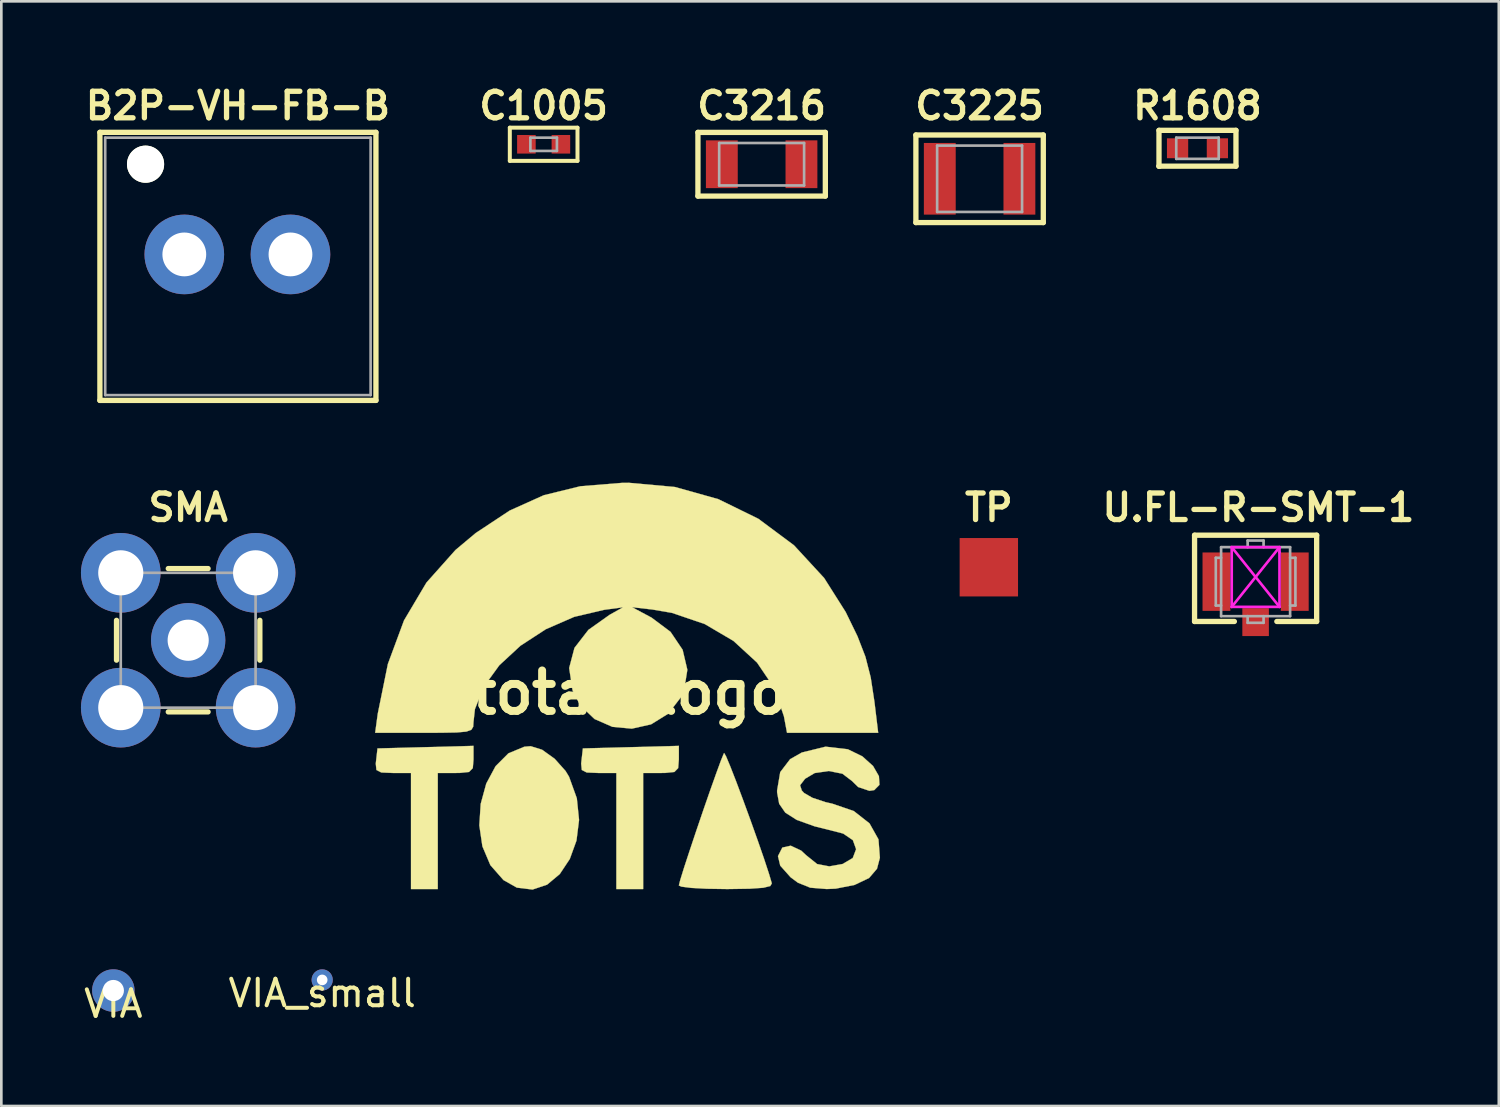
<source format=kicad_pcb>
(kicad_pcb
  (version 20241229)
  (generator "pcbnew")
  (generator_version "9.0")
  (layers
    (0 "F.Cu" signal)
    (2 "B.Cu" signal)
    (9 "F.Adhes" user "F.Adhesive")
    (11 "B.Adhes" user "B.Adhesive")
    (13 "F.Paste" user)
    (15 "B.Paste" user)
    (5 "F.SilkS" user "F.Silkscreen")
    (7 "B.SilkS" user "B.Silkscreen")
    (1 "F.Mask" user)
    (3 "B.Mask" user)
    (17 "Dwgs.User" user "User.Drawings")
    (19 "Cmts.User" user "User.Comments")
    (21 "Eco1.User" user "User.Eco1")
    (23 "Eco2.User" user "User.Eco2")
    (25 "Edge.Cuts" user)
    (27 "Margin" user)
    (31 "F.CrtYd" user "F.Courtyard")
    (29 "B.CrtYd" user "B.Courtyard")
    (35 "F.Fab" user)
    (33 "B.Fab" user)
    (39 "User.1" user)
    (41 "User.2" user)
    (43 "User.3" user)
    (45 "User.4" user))
  (footprint "C3216"
    (layer "F.Cu")
    (at 25.646 3.138)
    (property "Reference" "C3216" (at 0 -2.2 0) (layer "F.SilkS") (effects (font (size 1.001 1.001) (thickness 0.201))))
    (attr through_hole)
    (fp_line (start -2.4 -1.2) (end -2.4 1.2) (stroke (width 0.2) (type solid)) (layer "F.SilkS"))
    (fp_line (start -2.4 -1.2) (end 2.4 -1.2) (stroke (width 0.2) (type solid)) (layer "F.SilkS"))
    (fp_line (start 2.4 1.2) (end -2.4 1.2) (stroke (width 0.2) (type solid)) (layer "F.SilkS"))
    (fp_line (start 2.4 1.2) (end 2.4 -1.2) (stroke (width 0.2) (type solid)) (layer "F.SilkS"))
    (fp_line (start -1.6 -0.8) (end -1.6 0.8) (stroke (width 0.1) (type solid)) (layer "F.Fab"))
    (fp_line (start -1.6 0.8) (end 1.6 0.8) (stroke (width 0.1) (type solid)) (layer "F.Fab"))
    (fp_line (start 1.6 -0.8) (end -1.6 -0.8) (stroke (width 0.1) (type solid)) (layer "F.Fab"))
    (fp_line (start 1.6 0.8) (end 1.6 -0.8) (stroke (width 0.1) (type solid)) (layer "F.Fab"))
    (pad "1" smd rect (at -1.5 0) (size 1.2 1.8) (layers "F.Cu" "F.Mask" "F.Paste"))
    (pad "2" smd rect (at 1.5 0) (size 1.2 1.8) (layers "F.Cu" "F.Mask" "F.Paste")))
  (footprint "TP"
    (layer "F.Cu")
    (at 34.206 18.322)
    (property "Reference" "TP" (at 0 -2.25 0) (layer "F.SilkS") (effects (font (size 1 1) (thickness 0.2))))
    (attr through_hole)
    (pad "1" smd rect (at 0 0) (size 2.2 2.2) (layers "F.Cu" "F.Mask" "F.Paste")))
  (footprint "VIA_small"
    (layer "F.Cu")
    (at 9.089 33.87)
    (property "Reference" "VIA_small" (at 0 0.5 0) (layer "F.SilkS") (effects (font (size 1 1) (thickness 0.15))))
    (attr through_hole)
    (pad "1" thru_hole circle (at 0 0) (size 0.8 0.8) (drill 0.4) (layers "*.Cu")))
  (footprint "C1005"
    (layer "F.Cu")
    (at 17.433 2.386)
    (property "Reference" "C1005" (at 0 -1.45 0) (layer "F.SilkS") (effects (font (size 1 1) (thickness 0.2))))
    (attr through_hole)
    (fp_line (start -1.275 -0.625) (end 1.275 -0.625) (stroke (width 0.15) (type solid)) (layer "F.SilkS"))
    (fp_line (start -1.275 0.625) (end -1.275 -0.625) (stroke (width 0.15) (type solid)) (layer "F.SilkS"))
    (fp_line (start 1.275 -0.625) (end 1.275 0.625) (stroke (width 0.15) (type solid)) (layer "F.SilkS"))
    (fp_line (start 1.275 0.625) (end -1.275 0.625) (stroke (width 0.15) (type solid)) (layer "F.SilkS"))
    (fp_line (start -0.5 -0.25) (end -0.5 0.25) (stroke (width 0.1) (type solid)) (layer "F.Fab"))
    (fp_line (start -0.5 0.25) (end 0.5 0.25) (stroke (width 0.1) (type solid)) (layer "F.Fab"))
    (fp_line (start 0.5 -0.25) (end -0.5 -0.25) (stroke (width 0.1) (type solid)) (layer "F.Fab"))
    (fp_line (start 0.5 0.25) (end 0.5 -0.25) (stroke (width 0.1) (type solid)) (layer "F.Fab"))
    (pad "1" smd rect (at -0.65 0) (size 0.7 0.7) (layers "F.Cu" "F.Mask" "F.Paste"))
    (pad "2" smd rect (at 0.65 0) (size 0.7 0.7) (layers "F.Cu" "F.Mask" "F.Paste")))
  (footprint "VIA"
    (layer "F.Cu")
    (at 1.22 34.27)
    (property "Reference" "VIA" (at 0 0.5 0) (layer "F.SilkS") (effects (font (size 1 1) (thickness 0.15))))
    (attr through_hole)
    (pad "1" thru_hole circle (at 0 0) (size 1.6 1.6) (drill 0.8) (layers "*.Cu")))
  (footprint "U.FL-R-SMT-1"
    (layer "F.Cu")
    (at 44.257 18.865)
    (property "Reference" "U.FL-R-SMT-1" (at 0.106 -2.793 0) (layer "F.SilkS") (effects (font (size 1 1) (thickness 0.2))))
    (attr through_hole)
    (fp_line (start -2.3 -1.75) (end 2.3 -1.75) (stroke (width 0.2) (type solid)) (layer "F.SilkS"))
    (fp_line (start -2.3 1.5) (end -2.3 -1.75) (stroke (width 0.2) (type solid)) (layer "F.SilkS"))
    (fp_line (start -0.8 1.5) (end -2.3 1.5) (stroke (width 0.2) (type solid)) (layer "F.SilkS"))
    (fp_line (start 2.3 -1.75) (end 2.3 1.5) (stroke (width 0.2) (type solid)) (layer "F.SilkS"))
    (fp_line (start 2.3 1.5) (end 0.8 1.5) (stroke (width 0.2) (type solid)) (layer "F.SilkS"))
    (fp_line (start -0.9 -1.3) (end -0.9 0.95) (stroke (width 0.1) (type solid)) (layer "F.CrtYd"))
    (fp_line (start -0.9 0.95) (end 0.9 0.95) (stroke (width 0.1) (type solid)) (layer "F.CrtYd"))
    (fp_line (start 0.9 -1.3) (end -0.9 -1.3) (stroke (width 0.1) (type solid)) (layer "F.CrtYd"))
    (fp_line (start 0.9 -1.3) (end -0.9 0.95) (stroke (width 0.1) (type solid)) (layer "F.CrtYd"))
    (fp_line (start 0.9 -1.1) (end 0.9 -1.3) (stroke (width 0.1) (type solid)) (layer "F.CrtYd"))
    (fp_line (start 0.9 0.95) (end -0.9 -1.3) (stroke (width 0.1) (type solid)) (layer "F.CrtYd"))
    (fp_line (start 0.9 0.95) (end 0.9 -1.1) (stroke (width 0.1) (type solid)) (layer "F.CrtYd"))
    (fp_line (start -1.5 -0.9) (end -1.3 -0.9) (stroke (width 0.1) (type solid)) (layer "F.Fab"))
    (fp_line (start -1.5 0.9) (end -1.5 -0.9) (stroke (width 0.1) (type solid)) (layer "F.Fab"))
    (fp_line (start -1.3 -1.3) (end -1.3 1.3) (stroke (width 0.1) (type solid)) (layer "F.Fab"))
    (fp_line (start -1.3 0.9) (end -1.5 0.9) (stroke (width 0.1) (type solid)) (layer "F.Fab"))
    (fp_line (start -1.3 1.3) (end 1.3 1.3) (stroke (width 0.1) (type solid)) (layer "F.Fab"))
    (fp_line (start -0.3 -1.55) (end 0.3 -1.55) (stroke (width 0.1) (type solid)) (layer "F.Fab"))
    (fp_line (start -0.3 -1.3) (end -0.3 -1.55) (stroke (width 0.1) (type solid)) (layer "F.Fab"))
    (fp_line (start -0.3 1.55) (end -0.3 1.3) (stroke (width 0.1) (type solid)) (layer "F.Fab"))
    (fp_line (start 0.3 -1.55) (end 0.3 -1.3) (stroke (width 0.1) (type solid)) (layer "F.Fab"))
    (fp_line (start 0.3 1.3) (end 0.3 1.55) (stroke (width 0.1) (type solid)) (layer "F.Fab"))
    (fp_line (start 0.3 1.55) (end -0.3 1.55) (stroke (width 0.1) (type solid)) (layer "F.Fab"))
    (fp_line (start 1.3 -1.3) (end -1.3 -1.3) (stroke (width 0.1) (type solid)) (layer "F.Fab"))
    (fp_line (start 1.3 0.9) (end 1.5 0.9) (stroke (width 0.1) (type solid)) (layer "F.Fab"))
    (fp_line (start 1.3 1.3) (end 1.3 -1.3) (stroke (width 0.1) (type solid)) (layer "F.Fab"))
    (fp_line (start 1.5 -0.9) (end 1.3 -0.9) (stroke (width 0.1) (type solid)) (layer "F.Fab"))
    (fp_line (start 1.5 0.9) (end 1.5 -0.9) (stroke (width 0.1) (type solid)) (layer "F.Fab"))
    (pad "1" smd rect (at 0 1.525) (size 1 1.05) (layers "F.Cu" "F.Mask" "F.Paste"))
    (pad "2" smd rect (at -1.475 0) (size 1.05 2.2) (layers "F.Cu" "F.Mask" "F.Paste"))
    (pad "3" smd rect (at 1.475 0) (size 1.05 2.2) (layers "F.Cu" "F.Mask" "F.Paste")))
  (footprint "B2P-VH-FB-B"
    (layer "F.Cu")
    (at 5.914 6.536)
    (property "Reference" "B2P-VH-FB-B" (at 0 -5.6 0) (layer "F.SilkS") (effects (font (size 1 1) (thickness 0.2))))
    (attr through_hole)
    (fp_line (start -5.2 -4.6) (end 5.2 -4.6) (stroke (width 0.2) (type solid)) (layer "F.SilkS"))
    (fp_line (start -5.2 5.5) (end -5.2 -4.6) (stroke (width 0.2) (type solid)) (layer "F.SilkS"))
    (fp_line (start 5.2 -4.6) (end 5.2 5.5) (stroke (width 0.2) (type solid)) (layer "F.SilkS"))
    (fp_line (start 5.2 5.5) (end -5.2 5.5) (stroke (width 0.2) (type solid)) (layer "F.SilkS"))
    (fp_line (start -5 -4.4) (end -5 5.3) (stroke (width 0.1) (type solid)) (layer "F.Fab"))
    (fp_line (start -5 5.3) (end 5 5.3) (stroke (width 0.1) (type solid)) (layer "F.Fab"))
    (fp_line (start 5 -4.4) (end -5 -4.4) (stroke (width 0.1) (type solid)) (layer "F.Fab"))
    (fp_line (start 5 5.3) (end 5 -4.4) (stroke (width 0.1) (type solid)) (layer "F.Fab"))
    (pad "" np_thru_hole circle (at -3.48 -3.4) (size 1.4 1.4) (drill 1.4) (layers "*.Cu" "*.Mask" "F.SilkS"))
    (pad "1" thru_hole circle (at -2.02 0) (size 3 3) (drill 1.65) (layers "*.Cu" "*.Mask"))
    (pad "2" thru_hole circle (at 1.98 0) (size 3 3) (drill 1.65) (layers "*.Cu" "*.Mask")))
  (footprint "SMA"
    (layer "F.Cu")
    (at 4.04 21.072)
    (property "Reference" "SMA" (at 0 -5 0) (layer "F.SilkS") (effects (font (size 1 1) (thickness 0.2))))
    (attr through_hole)
    (fp_line (start -2.7 0.75) (end -2.7 -0.75) (stroke (width 0.2) (type solid)) (layer "F.SilkS"))
    (fp_line (start -0.75 -2.7) (end 0.75 -2.7) (stroke (width 0.2) (type solid)) (layer "F.SilkS"))
    (fp_line (start -0.75 2.7) (end 0.75 2.7) (stroke (width 0.2) (type solid)) (layer "F.SilkS"))
    (fp_line (start 2.7 0.75) (end 2.7 -0.75) (stroke (width 0.2) (type solid)) (layer "F.SilkS"))
    (fp_line (start -2.54 -2.54) (end 2.54 -2.54) (stroke (width 0.1) (type solid)) (layer "F.Fab"))
    (fp_line (start -2.54 2.54) (end -2.54 -2.54) (stroke (width 0.1) (type solid)) (layer "F.Fab"))
    (fp_line (start 2.54 -2.54) (end 2.54 2.54) (stroke (width 0.1) (type solid)) (layer "F.Fab"))
    (fp_line (start 2.54 2.54) (end -2.54 2.54) (stroke (width 0.1) (type solid)) (layer "F.Fab"))
    (pad "1" thru_hole circle (at 0 0) (size 2.8 2.8) (drill 1.55) (layers "*.Cu" "*.Mask"))
    (pad "2" thru_hole circle (at -2.54 -2.54) (size 3 3) (drill 1.7) (layers "*.Cu" "*.Mask"))
    (pad "3" thru_hole circle (at -2.54 2.54) (size 3 3) (drill 1.7) (layers "*.Cu" "*.Mask"))
    (pad "4" thru_hole circle (at 2.54 2.54) (size 3 3) (drill 1.7) (layers "*.Cu" "*.Mask"))
    (pad "5" thru_hole circle (at 2.54 -2.54) (size 3 3) (drill 1.7) (layers "*.Cu" "*.Mask")))
  (footprint "R1608"
    (layer "F.Cu")
    (at 42.067 2.536)
    (property "Reference" "R1608" (at 0 -1.6 0) (layer "F.SilkS") (effects (font (size 1 1) (thickness 0.2))))
    (attr smd)
    (fp_line (start -1.45 -0.675) (end 1.45 -0.675) (stroke (width 0.2) (type solid)) (layer "F.SilkS"))
    (fp_line (start -1.45 0.675) (end -1.45 -0.675) (stroke (width 0.2) (type solid)) (layer "F.SilkS"))
    (fp_line (start -1.425 0.675) (end -1.45 0.675) (stroke (width 0.2) (type solid)) (layer "F.SilkS"))
    (fp_line (start 1.45 -0.675) (end 1.45 0.675) (stroke (width 0.2) (type solid)) (layer "F.SilkS"))
    (fp_line (start 1.45 0.675) (end -1.45 0.675) (stroke (width 0.2) (type solid)) (layer "F.SilkS"))
    (fp_line (start -0.8 -0.4) (end -0.8 0.4) (stroke (width 0.1) (type solid)) (layer "F.Fab"))
    (fp_line (start -0.8 0.4) (end 0.8 0.4) (stroke (width 0.1) (type solid)) (layer "F.Fab"))
    (fp_line (start 0.8 -0.4) (end -0.8 -0.4) (stroke (width 0.1) (type solid)) (layer "F.Fab"))
    (fp_line (start 0.8 0.4) (end 0.8 -0.4) (stroke (width 0.1) (type solid)) (layer "F.Fab"))
    (pad "1" smd rect (at -0.75 0) (size 0.8 0.75) (layers "F.Cu" "F.Mask" "F.Paste"))
    (pad "2" smd rect (at 0.75 0) (size 0.8 0.75) (layers "F.Cu" "F.Mask" "F.Paste")))
  (footprint "C3225"
    (layer "F.Cu")
    (at 33.858 3.686)
    (property "Reference" "C3225" (at 0 -2.75 0) (layer "F.SilkS") (effects (font (size 1 1) (thickness 0.2))))
    (attr through_hole)
    (fp_line (start -2.4 -1.65) (end 2.4 -1.65) (stroke (width 0.2) (type solid)) (layer "F.SilkS"))
    (fp_line (start -2.4 1.65) (end -2.4 -1.65) (stroke (width 0.2) (type solid)) (layer "F.SilkS"))
    (fp_line (start 2.4 -1.65) (end 2.4 1.65) (stroke (width 0.2) (type solid)) (layer "F.SilkS"))
    (fp_line (start 2.4 1.65) (end -2.4 1.65) (stroke (width 0.2) (type solid)) (layer "F.SilkS"))
    (fp_line (start -1.6 -1.25) (end -1.6 1.25) (stroke (width 0.1) (type solid)) (layer "F.Fab"))
    (fp_line (start -1.6 1.25) (end 1.6 1.25) (stroke (width 0.1) (type solid)) (layer "F.Fab"))
    (fp_line (start 1.6 -1.25) (end -1.6 -1.25) (stroke (width 0.1) (type solid)) (layer "F.Fab"))
    (fp_line (start 1.6 1.25) (end 1.6 -1.25) (stroke (width 0.1) (type solid)) (layer "F.Fab"))
    (pad "1" smd rect (at -1.5 0) (size 1.2 2.7) (layers "F.Cu" "F.Mask" "F.Paste"))
    (pad "2" smd rect (at 1.5 0) (size 1.2 2.7) (layers "F.Cu" "F.Mask" "F.Paste")))
  (footprint "totas_logo"
    (layer "F.Cu")
    (at 20.677 23.045)
    (property "Reference" "totas_logo" (at 0 0 0) (layer "F.SilkS") (effects (font (size 1.524 1.524) (thickness 0.3))))
    (attr through_hole)
    (fp_poly (pts (xy -5.887 2.517) (xy -5.913 2.845) (xy -6.056 2.99) (xy -6.411 3.027) (xy -6.56 3.028) (xy -7.233 3.028) (xy -7.233 7.401) (xy -8.242 7.401) (xy -8.242 3.028) (xy -8.926 3.028) (xy -9.36 3.01) (xy -9.545 2.915) (xy -9.569 2.677) (xy -9.557 2.565) (xy -9.504 2.103) (xy -7.696 2.055) (xy -5.887 2.007) (xy -5.887 2.517)) (stroke (width 0.01) (type solid)) (fill yes) (layer "F.SilkS"))
    (fp_poly (pts (xy 1.85 2.517) (xy 1.824 2.845) (xy 1.682 2.99) (xy 1.326 3.027) (xy 1.177 3.028) (xy 0.505 3.028) (xy 0.505 7.401) (xy -0.505 7.401) (xy -0.505 3.028) (xy -1.189 3.028) (xy -1.622 3.01) (xy -1.807 2.915) (xy -1.831 2.677) (xy -1.819 2.565) (xy -1.766 2.103) (xy 0.042 2.055) (xy 1.85 2.007) (xy 1.85 2.517)) (stroke (width 0.01) (type solid)) (fill yes) (layer "F.SilkS"))
    (fp_poly (pts (xy -3.304 2.152) (xy -2.829 2.493) (xy -2.419 2.952) (xy -2.287 3.169) (xy -1.994 3.981) (xy -1.91 4.798) (xy -2.007 5.575) (xy -2.259 6.269) (xy -2.637 6.837) (xy -3.114 7.236) (xy -3.662 7.42) (xy -4.254 7.348) (xy -4.758 7.063) (xy -5.252 6.5) (xy -5.552 5.792) (xy -5.668 5.002) (xy -5.616 4.193) (xy -5.407 3.428) (xy -5.055 2.772) (xy -4.572 2.288) (xy -3.972 2.039) (xy -3.732 2.019) (xy -3.304 2.152)) (stroke (width 0.01) (type solid)) (fill yes) (layer "F.SilkS"))
    (fp_poly (pts (xy 3.629 2.402) (xy 3.788 2.782) (xy 4.011 3.353) (xy 4.272 4.051) (xy 4.55 4.811) (xy 4.821 5.571) (xy 5.062 6.266) (xy 5.248 6.833) (xy 5.353 7.188) (xy 5.295 7.288) (xy 5.03 7.353) (xy 4.518 7.389) (xy 3.717 7.401) (xy 3.629 7.401) (xy 2.901 7.39) (xy 2.317 7.358) (xy 1.947 7.311) (xy 1.85 7.267) (xy 1.902 7.06) (xy 2.042 6.608) (xy 2.248 5.979) (xy 2.495 5.24) (xy 2.76 4.461) (xy 3.021 3.709) (xy 3.254 3.053) (xy 3.435 2.56) (xy 3.542 2.298) (xy 3.556 2.275) (xy 3.629 2.402)) (stroke (width 0.01) (type solid)) (fill yes) (layer "F.SilkS"))
    (fp_poly (pts (xy 8.216 2.135) (xy 8.764 2.402) (xy 9.168 2.766) (xy 9.388 3.148) (xy 9.408 3.475) (xy 9.212 3.673) (xy 9.031 3.701) (xy 8.606 3.558) (xy 8.374 3.331) (xy 8.013 3.056) (xy 7.498 2.954) (xy 6.968 3.031) (xy 6.606 3.246) (xy 6.417 3.491) (xy 6.483 3.69) (xy 6.57 3.783) (xy 6.88 3.962) (xy 7.375 4.127) (xy 7.628 4.184) (xy 8.442 4.463) (xy 9.033 4.927) (xy 9.371 5.529) (xy 9.424 6.224) (xy 9.315 6.637) (xy 9.018 6.984) (xy 8.472 7.245) (xy 7.762 7.386) (xy 7.423 7.401) (xy 6.799 7.35) (xy 6.333 7.161) (xy 6.06 6.958) (xy 5.67 6.52) (xy 5.584 6.161) (xy 5.749 5.838) (xy 6.064 5.768) (xy 6.458 5.952) (xy 6.646 6.126) (xy 7.059 6.459) (xy 7.517 6.547) (xy 8.02 6.457) (xy 8.402 6.232) (xy 8.528 5.899) (xy 8.406 5.559) (xy 8.044 5.313) (xy 7.929 5.28) (xy 6.965 5.038) (xy 6.291 4.796) (xy 5.861 4.523) (xy 5.63 4.189) (xy 5.552 3.764) (xy 5.551 3.69) (xy 5.669 2.997) (xy 6.042 2.508) (xy 6.484 2.257) (xy 7.378 2.037) (xy 8.216 2.135)) (stroke (width 0.01) (type solid)) (fill yes) (layer "F.SilkS"))
    (fp_poly (pts (xy 1.701 -7.747) (xy 3.338 -7.288) (xy 4.846 -6.549) (xy 6.187 -5.551) (xy 7.324 -4.318) (xy 8.135 -3.037) (xy 8.58 -2.123) (xy 8.88 -1.349) (xy 9.078 -0.574) (xy 9.218 0.34) (xy 9.224 0.389) (xy 9.36 1.514) (xy 5.925 1.514) (xy 5.808 0.891) (xy 5.444 -0.174) (xy 4.795 -1.132) (xy 3.907 -1.947) (xy 2.825 -2.583) (xy 1.594 -3.003) (xy 0.86 -3.129) (xy 0.084 -3.218) (xy 0.823 -2.824) (xy 1.536 -2.29) (xy 1.992 -1.614) (xy 2.17 -0.859) (xy 2.046 -0.083) (xy 1.938 0.162) (xy 1.446 0.798) (xy 0.803 1.196) (xy 0.08 1.358) (xy -0.654 1.29) (xy -1.326 0.996) (xy -1.867 0.48) (xy -2.156 -0.09) (xy -2.283 -0.926) (xy -2.083 -1.685) (xy -1.559 -2.363) (xy -0.757 -2.932) (xy -0.252 -3.214) (xy -0.965 -3.119) (xy -2.094 -2.854) (xy -3.161 -2.389) (xy -4.117 -1.767) (xy -4.914 -1.03) (xy -5.502 -0.22) (xy -5.833 0.622) (xy -5.887 1.107) (xy -5.898 1.285) (xy -5.968 1.401) (xy -6.155 1.469) (xy -6.52 1.502) (xy -7.12 1.513) (xy -7.74 1.514) (xy -9.592 1.514) (xy -9.495 0.799) (xy -9.113 -1.079) (xy -8.505 -2.72) (xy -7.66 -4.145) (xy -6.564 -5.375) (xy -5.805 -6.011) (xy -4.523 -6.859) (xy -3.238 -7.437) (xy -1.861 -7.775) (xy -0.303 -7.901) (xy -0.03 -7.904) (xy 1.701 -7.747)) (stroke (width 0.01) (type solid)) (fill yes) (layer "F.SilkS")))
  (gr_rect
    (start -3 -3)
    (end 53.42 38.619)
    (stroke (width 0.1) (type default))
    (fill no)
    (layer "Edge.Cuts")))
</source>
